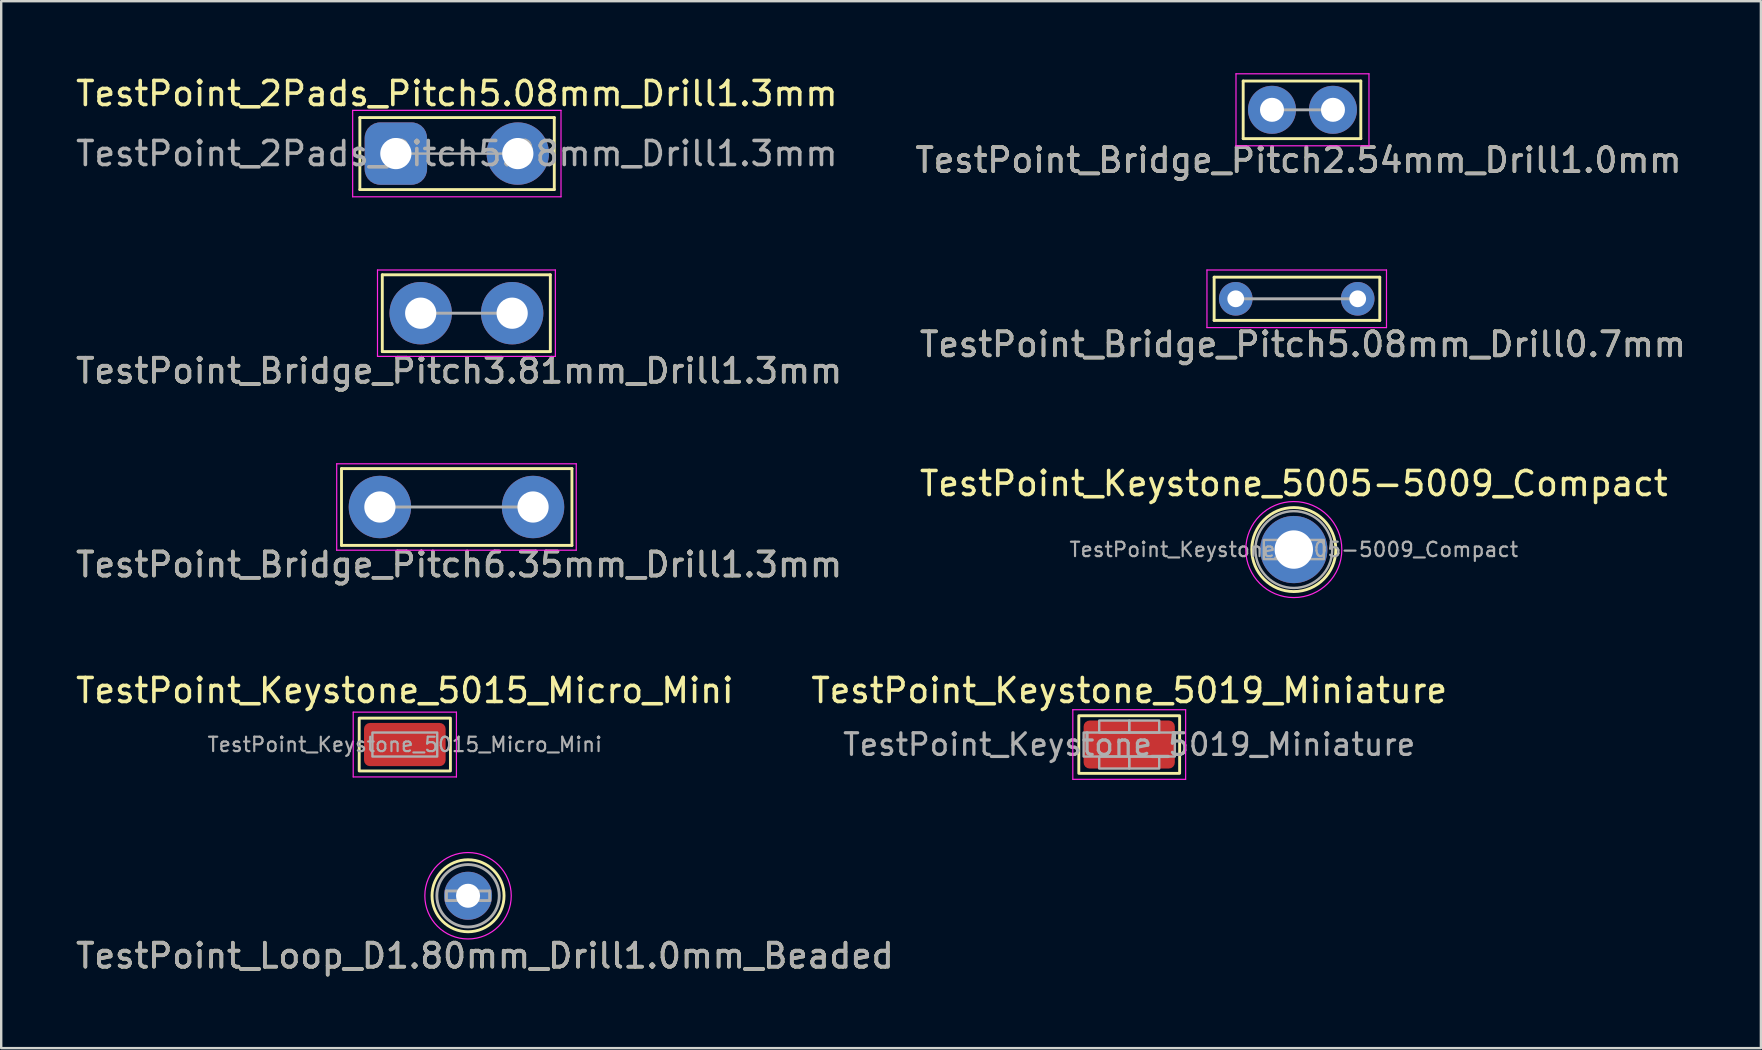
<source format=kicad_pcb>
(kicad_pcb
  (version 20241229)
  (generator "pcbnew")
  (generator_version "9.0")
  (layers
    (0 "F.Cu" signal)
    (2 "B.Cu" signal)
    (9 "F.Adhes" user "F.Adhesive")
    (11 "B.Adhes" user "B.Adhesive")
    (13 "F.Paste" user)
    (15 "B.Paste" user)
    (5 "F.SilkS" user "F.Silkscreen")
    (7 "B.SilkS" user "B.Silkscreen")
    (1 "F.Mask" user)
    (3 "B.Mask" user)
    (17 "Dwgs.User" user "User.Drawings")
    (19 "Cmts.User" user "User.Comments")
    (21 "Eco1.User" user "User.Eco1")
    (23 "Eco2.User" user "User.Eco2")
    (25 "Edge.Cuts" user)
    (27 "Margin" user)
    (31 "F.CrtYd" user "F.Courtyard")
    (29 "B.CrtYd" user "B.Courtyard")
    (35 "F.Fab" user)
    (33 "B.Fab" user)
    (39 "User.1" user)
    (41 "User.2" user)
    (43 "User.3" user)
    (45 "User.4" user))
  (footprint "TestPoint_Keystone_5019_Miniature"
    (layer "F.Cu")
    (at 43.994 27.968)
    (property "Reference" "TestPoint_Keystone_5019_Miniature" (at 0 -2.25 0) (layer "F.SilkS") (effects (font (size 1 1) (thickness 0.15))))
    (attr smd)
    (fp_rect (start -2.1 -1.2) (end 2.1 1.2) (stroke (width 0.12) (type default)) (fill no) (layer "F.SilkS"))
    (fp_line (start -2.35 -1.45) (end 2.35 -1.45) (stroke (width 0.05) (type solid)) (layer "F.CrtYd"))
    (fp_line (start -2.35 1.45) (end -2.35 -1.45) (stroke (width 0.05) (type solid)) (layer "F.CrtYd"))
    (fp_line (start 2.35 -1.45) (end 2.35 1.45) (stroke (width 0.05) (type solid)) (layer "F.CrtYd"))
    (fp_line (start 2.35 1.45) (end -2.35 1.45) (stroke (width 0.05) (type solid)) (layer "F.CrtYd"))
    (fp_rect (start -1.9 -0.5) (end 1.9 0.5) (stroke (width 0.1) (type default)) (fill no) (layer "F.Fab"))
    (fp_rect (start -1.25 -1) (end 0 -0.5) (stroke (width 0.1) (type default)) (fill no) (layer "F.Fab"))
    (fp_rect (start -1.25 0.5) (end 0 1) (stroke (width 0.1) (type default)) (fill no) (layer "F.Fab"))
    (fp_rect (start 0 -1) (end 1.25 -0.5) (stroke (width 0.1) (type default)) (fill no) (layer "F.Fab"))
    (fp_rect (start 0 0.5) (end 1.25 1) (stroke (width 0.1) (type default)) (fill no) (layer "F.Fab"))
    (fp_text user "${REFERENCE}" (at 0 0 0) (layer "F.Fab") (effects (font (size 0.9 0.9) (thickness 0.135))))
    (pad "1" smd roundrect (at 0 0) (size 3.8 2) (layers "F.Cu" "F.Mask" "F.Paste") (roundrect_rratio 0.125)))
  (footprint "TestPoint_2Pads_Pitch5.08mm_Drill1.3mm"
    (layer "F.Cu")
    (at 13.442 3.348)
    (property "Reference" "TestPoint_2Pads_Pitch5.08mm_Drill1.3mm" (at 2.54 -2.5 0) (layer "F.SilkS") (effects (font (size 1 1) (thickness 0.15))))
    (attr exclude_from_pos_files exclude_from_bom)
    (fp_line (start -1.5 -1.5) (end -1.5 1.5) (stroke (width 0.12) (type solid)) (layer "F.SilkS"))
    (fp_line (start -1.5 -1.5) (end 6.6 -1.5) (stroke (width 0.12) (type solid)) (layer "F.SilkS"))
    (fp_line (start 6.6 1.5) (end -1.5 1.5) (stroke (width 0.12) (type solid)) (layer "F.SilkS"))
    (fp_line (start 6.6 1.5) (end 6.6 -1.5) (stroke (width 0.12) (type solid)) (layer "F.SilkS"))
    (fp_line (start -1.8 -1.8) (end -1.8 1.8) (stroke (width 0.05) (type solid)) (layer "F.CrtYd"))
    (fp_line (start -1.8 -1.8) (end 6.88 -1.8) (stroke (width 0.05) (type solid)) (layer "F.CrtYd"))
    (fp_line (start 6.88 1.8) (end -1.8 1.8) (stroke (width 0.05) (type solid)) (layer "F.CrtYd"))
    (fp_line (start 6.88 1.8) (end 6.88 -1.8) (stroke (width 0.05) (type solid)) (layer "F.CrtYd"))
    (fp_line (start 5.08 0) (end 0 0) (stroke (width 0.1) (type solid)) (layer "F.Fab"))
    (fp_text user "${REFERENCE}" (at 2.54 0 0) (layer "F.Fab") (effects (font (size 1 1) (thickness 0.15))))
    (pad "1" thru_hole roundrect (at 0 0) (size 2.6 2.6) (drill 1.3) (layers "*.Cu" "*.Mask") (roundrect_rratio 0.25))
    (pad "2" thru_hole circle (at 5.08 0) (size 2.6 2.6) (drill 1.3) (layers "*.Cu" "*.Mask")))
  (footprint "TestPoint_Bridge_Pitch5.08mm_Drill0.7mm"
    (layer "F.Cu")
    (at 48.432 9.398)
    (property "Reference" "TestPoint_Bridge_Pitch5.08mm_Drill0.7mm" (at 2.8 1.9 0) (layer "F.SilkS") (effects (font (size 1 1) (thickness 0.15))))
    (attr through_hole)
    (fp_line (start -0.9 -0.9) (end 6 -0.9) (stroke (width 0.12) (type solid)) (layer "F.SilkS"))
    (fp_line (start -0.9 0.9) (end -0.9 -0.9) (stroke (width 0.12) (type solid)) (layer "F.SilkS"))
    (fp_line (start 6 -0.9) (end 6 0.9) (stroke (width 0.12) (type solid)) (layer "F.SilkS"))
    (fp_line (start 6 0.9) (end -0.9 0.9) (stroke (width 0.12) (type solid)) (layer "F.SilkS"))
    (fp_line (start -1.2 -1.2) (end -1.2 1.2) (stroke (width 0.05) (type solid)) (layer "F.CrtYd"))
    (fp_line (start -1.2 -1.2) (end 6.28 -1.2) (stroke (width 0.05) (type solid)) (layer "F.CrtYd"))
    (fp_line (start 6.28 1.2) (end -1.2 1.2) (stroke (width 0.05) (type solid)) (layer "F.CrtYd"))
    (fp_line (start 6.28 1.2) (end 6.28 -1.2) (stroke (width 0.05) (type solid)) (layer "F.CrtYd"))
    (fp_line (start 5.08 0) (end 0 0) (stroke (width 0.12) (type solid)) (layer "F.Fab"))
    (fp_text user "${REFERENCE}" (at 2.8 1.9 0) (layer "F.Fab") (effects (font (size 1 1) (thickness 0.15))))
    (pad "1" thru_hole circle (at 0 0) (size 1.4 1.4) (drill 0.7) (layers "*.Cu" "*.Mask"))
    (pad "1" thru_hole circle (at 5.08 0) (size 1.4 1.4) (drill 0.7) (layers "*.Cu" "*.Mask")))
  (footprint "TestPoint_Bridge_Pitch2.54mm_Drill1.0mm"
    (layer "F.Cu")
    (at 49.942 1.525)
    (property "Reference" "TestPoint_Bridge_Pitch2.54mm_Drill1.0mm" (at 1.1 2.1 0) (layer "F.SilkS") (effects (font (size 1 1) (thickness 0.15))))
    (attr through_hole)
    (fp_line (start -1.2 -1.2) (end -1.2 1.2) (stroke (width 0.12) (type solid)) (layer "F.SilkS"))
    (fp_line (start -1.2 1.2) (end 3.7 1.2) (stroke (width 0.12) (type solid)) (layer "F.SilkS"))
    (fp_line (start 3.7 -1.2) (end -1.2 -1.2) (stroke (width 0.12) (type solid)) (layer "F.SilkS"))
    (fp_line (start 3.7 1.2) (end 3.7 -1.2) (stroke (width 0.12) (type solid)) (layer "F.SilkS"))
    (fp_line (start -1.5 -1.5) (end -1.5 1.5) (stroke (width 0.05) (type solid)) (layer "F.CrtYd"))
    (fp_line (start -1.5 -1.5) (end 4.04 -1.5) (stroke (width 0.05) (type solid)) (layer "F.CrtYd"))
    (fp_line (start 4.04 1.5) (end -1.5 1.5) (stroke (width 0.05) (type solid)) (layer "F.CrtYd"))
    (fp_line (start 4.04 1.5) (end 4.04 -1.5) (stroke (width 0.05) (type solid)) (layer "F.CrtYd"))
    (fp_line (start 2.54 0) (end 0 0) (stroke (width 0.12) (type solid)) (layer "F.Fab"))
    (fp_text user "${REFERENCE}" (at 1.1 2.1 0) (layer "F.Fab") (effects (font (size 1 1) (thickness 0.15))))
    (pad "1" thru_hole circle (at 0 0) (size 2 2) (drill 1) (layers "*.Cu" "*.Mask"))
    (pad "1" thru_hole circle (at 2.54 0) (size 2 2) (drill 1) (layers "*.Cu" "*.Mask")))
  (footprint "TestPoint_Keystone_5015_Micro_Mini"
    (layer "F.Cu")
    (at 13.815 27.968)
    (property "Reference" "TestPoint_Keystone_5015_Micro_Mini" (at 0 -2.25 0) (layer "F.SilkS") (effects (font (size 1 1) (thickness 0.15))))
    (attr smd)
    (fp_rect (start -1.9 -1.1) (end 1.9 1.1) (stroke (width 0.12) (type default)) (fill no) (layer "F.SilkS"))
    (fp_line (start -2.15 -1.35) (end 2.15 -1.35) (stroke (width 0.05) (type solid)) (layer "F.CrtYd"))
    (fp_line (start -2.15 1.35) (end -2.15 -1.35) (stroke (width 0.05) (type solid)) (layer "F.CrtYd"))
    (fp_line (start 2.15 -1.35) (end 2.15 1.35) (stroke (width 0.05) (type solid)) (layer "F.CrtYd"))
    (fp_line (start 2.15 1.35) (end -2.15 1.35) (stroke (width 0.05) (type solid)) (layer "F.CrtYd"))
    (fp_rect (start -1.35 -0.5) (end 1.35 0.5) (stroke (width 0.1) (type default)) (fill no) (layer "F.Fab"))
    (fp_text user "${REFERENCE}" (at 0 0 0) (layer "F.Fab") (effects (font (size 0.6 0.6) (thickness 0.09))))
    (pad "1" smd roundrect (at 0 0) (size 3.4 1.8) (layers "F.Cu" "F.Mask" "F.Paste") (roundrect_rratio 0.139)))
  (footprint "TestPoint_Loop_D1.80mm_Drill1.0mm_Beaded"
    (layer "F.Cu")
    (at 16.449 34.268)
    (property "Reference" "TestPoint_Loop_D1.80mm_Drill1.0mm_Beaded" (at 0.7 2.5 0) (layer "F.SilkS") (effects (font (size 1 1) (thickness 0.15))))
    (attr through_hole)
    (fp_circle (center 0 0) (end 1.5 0) (stroke (width 0.12) (type solid)) (fill no) (layer "F.SilkS"))
    (fp_circle (center 0 0) (end 1.8 0) (stroke (width 0.05) (type solid)) (fill no) (layer "F.CrtYd"))
    (fp_line (start -0.9 -0.2) (end 0.9 -0.2) (stroke (width 0.12) (type solid)) (layer "F.Fab"))
    (fp_line (start -0.9 0.2) (end -0.9 -0.2) (stroke (width 0.12) (type solid)) (layer "F.Fab"))
    (fp_line (start 0.9 -0.2) (end 0.9 0.2) (stroke (width 0.12) (type solid)) (layer "F.Fab"))
    (fp_line (start 0.9 0.2) (end -0.9 0.2) (stroke (width 0.12) (type solid)) (layer "F.Fab"))
    (fp_circle (center 0 0) (end 1.3 0) (stroke (width 0.12) (type solid)) (fill no) (layer "F.Fab"))
    (fp_text user "${REFERENCE}" (at 0.7 2.5 0) (layer "F.Fab") (effects (font (size 1 1) (thickness 0.15))))
    (pad "1" thru_hole circle (at 0 0) (size 2 2) (drill 1) (layers "*.Cu" "*.Mask")))
  (footprint "TestPoint_Bridge_Pitch6.35mm_Drill1.3mm"
    (layer "F.Cu")
    (at 12.777 18.072)
    (property "Reference" "TestPoint_Bridge_Pitch6.35mm_Drill1.3mm" (at 3.3 2.4 0) (layer "F.SilkS") (effects (font (size 1 1) (thickness 0.15))))
    (attr through_hole)
    (fp_line (start -1.6 -1.6) (end 8 -1.6) (stroke (width 0.12) (type solid)) (layer "F.SilkS"))
    (fp_line (start -1.6 1.6) (end -1.6 -1.6) (stroke (width 0.12) (type solid)) (layer "F.SilkS"))
    (fp_line (start 8 -1.6) (end 8 1.6) (stroke (width 0.12) (type solid)) (layer "F.SilkS"))
    (fp_line (start 8 1.6) (end -1.6 1.6) (stroke (width 0.12) (type solid)) (layer "F.SilkS"))
    (fp_line (start -1.8 -1.8) (end -1.8 1.8) (stroke (width 0.05) (type solid)) (layer "F.CrtYd"))
    (fp_line (start -1.8 -1.8) (end 8.18 -1.8) (stroke (width 0.05) (type solid)) (layer "F.CrtYd"))
    (fp_line (start 8.18 1.8) (end -1.8 1.8) (stroke (width 0.05) (type solid)) (layer "F.CrtYd"))
    (fp_line (start 8.18 1.8) (end 8.18 -1.8) (stroke (width 0.05) (type solid)) (layer "F.CrtYd"))
    (fp_line (start 6.35 0) (end 0 0) (stroke (width 0.12) (type solid)) (layer "F.Fab"))
    (fp_text user "${REFERENCE}" (at 3.3 2.4 0) (layer "F.Fab") (effects (font (size 1 1) (thickness 0.15))))
    (pad "1" thru_hole circle (at 0 0) (size 2.6 2.6) (drill 1.3) (layers "*.Cu" "*.Mask"))
    (pad "1" thru_hole circle (at 6.38 0) (size 2.6 2.6) (drill 1.3) (layers "*.Cu" "*.Mask")))
  (footprint "TestPoint_Bridge_Pitch3.81mm_Drill1.3mm"
    (layer "F.Cu")
    (at 14.477 9.998)
    (property "Reference" "TestPoint_Bridge_Pitch3.81mm_Drill1.3mm" (at 1.6 2.4 0) (layer "F.SilkS") (effects (font (size 1 1) (thickness 0.15))))
    (attr through_hole)
    (fp_line (start -1.6 -1.6) (end 5.4 -1.6) (stroke (width 0.12) (type solid)) (layer "F.SilkS"))
    (fp_line (start -1.6 1.6) (end -1.6 -1.6) (stroke (width 0.12) (type solid)) (layer "F.SilkS"))
    (fp_line (start 5.4 -1.6) (end 5.4 1.6) (stroke (width 0.12) (type solid)) (layer "F.SilkS"))
    (fp_line (start 5.4 1.6) (end -1.6 1.6) (stroke (width 0.12) (type solid)) (layer "F.SilkS"))
    (fp_line (start -1.8 -1.8) (end -1.8 1.8) (stroke (width 0.05) (type solid)) (layer "F.CrtYd"))
    (fp_line (start -1.8 -1.8) (end 5.61 -1.8) (stroke (width 0.05) (type solid)) (layer "F.CrtYd"))
    (fp_line (start 5.61 1.8) (end -1.8 1.8) (stroke (width 0.05) (type solid)) (layer "F.CrtYd"))
    (fp_line (start 5.61 1.8) (end 5.61 -1.8) (stroke (width 0.05) (type solid)) (layer "F.CrtYd"))
    (fp_line (start 3.81 0) (end 0 0) (stroke (width 0.12) (type solid)) (layer "F.Fab"))
    (fp_text user "${REFERENCE}" (at 1.6 2.4 0) (layer "F.Fab") (effects (font (size 1 1) (thickness 0.15))))
    (pad "1" thru_hole circle (at 0 0) (size 2.6 2.6) (drill 1.3) (layers "*.Cu" "*.Mask"))
    (pad "1" thru_hole circle (at 3.81 0) (size 2.6 2.6) (drill 1.3) (layers "*.Cu" "*.Mask")))
  (footprint "TestPoint_Keystone_5005-5009_Compact"
    (layer "F.Cu")
    (at 50.851 19.845)
    (property "Reference" "TestPoint_Keystone_5005-5009_Compact" (at 0 -2.75 0) (layer "F.SilkS") (effects (font (size 1 1) (thickness 0.15))))
    (attr through_hole)
    (fp_circle (center 0 0) (end 1.75 0) (stroke (width 0.12) (type solid)) (fill no) (layer "F.SilkS"))
    (fp_circle (center 0 0) (end 2 0) (stroke (width 0.05) (type solid)) (fill no) (layer "F.CrtYd"))
    (fp_rect (start -1.25 -0.4) (end 1.25 0.4) (stroke (width 0.1) (type default)) (fill no) (layer "F.Fab"))
    (fp_circle (center 0 0) (end 1.6 0) (stroke (width 0.1) (type solid)) (fill no) (layer "F.Fab"))
    (fp_text user "${REFERENCE}" (at 0 0 0) (layer "F.Fab") (effects (font (size 0.6 0.6) (thickness 0.09))))
    (pad "1" thru_hole circle (at 0 0) (size 2.8 2.8) (drill 1.6) (layers "*.Cu" "*.Mask")))
  (gr_rect
    (start -3 -3)
    (end 70.31 40.616)
    (stroke (width 0.1) (type default))
    (fill no)
    (layer "Edge.Cuts")))
</source>
